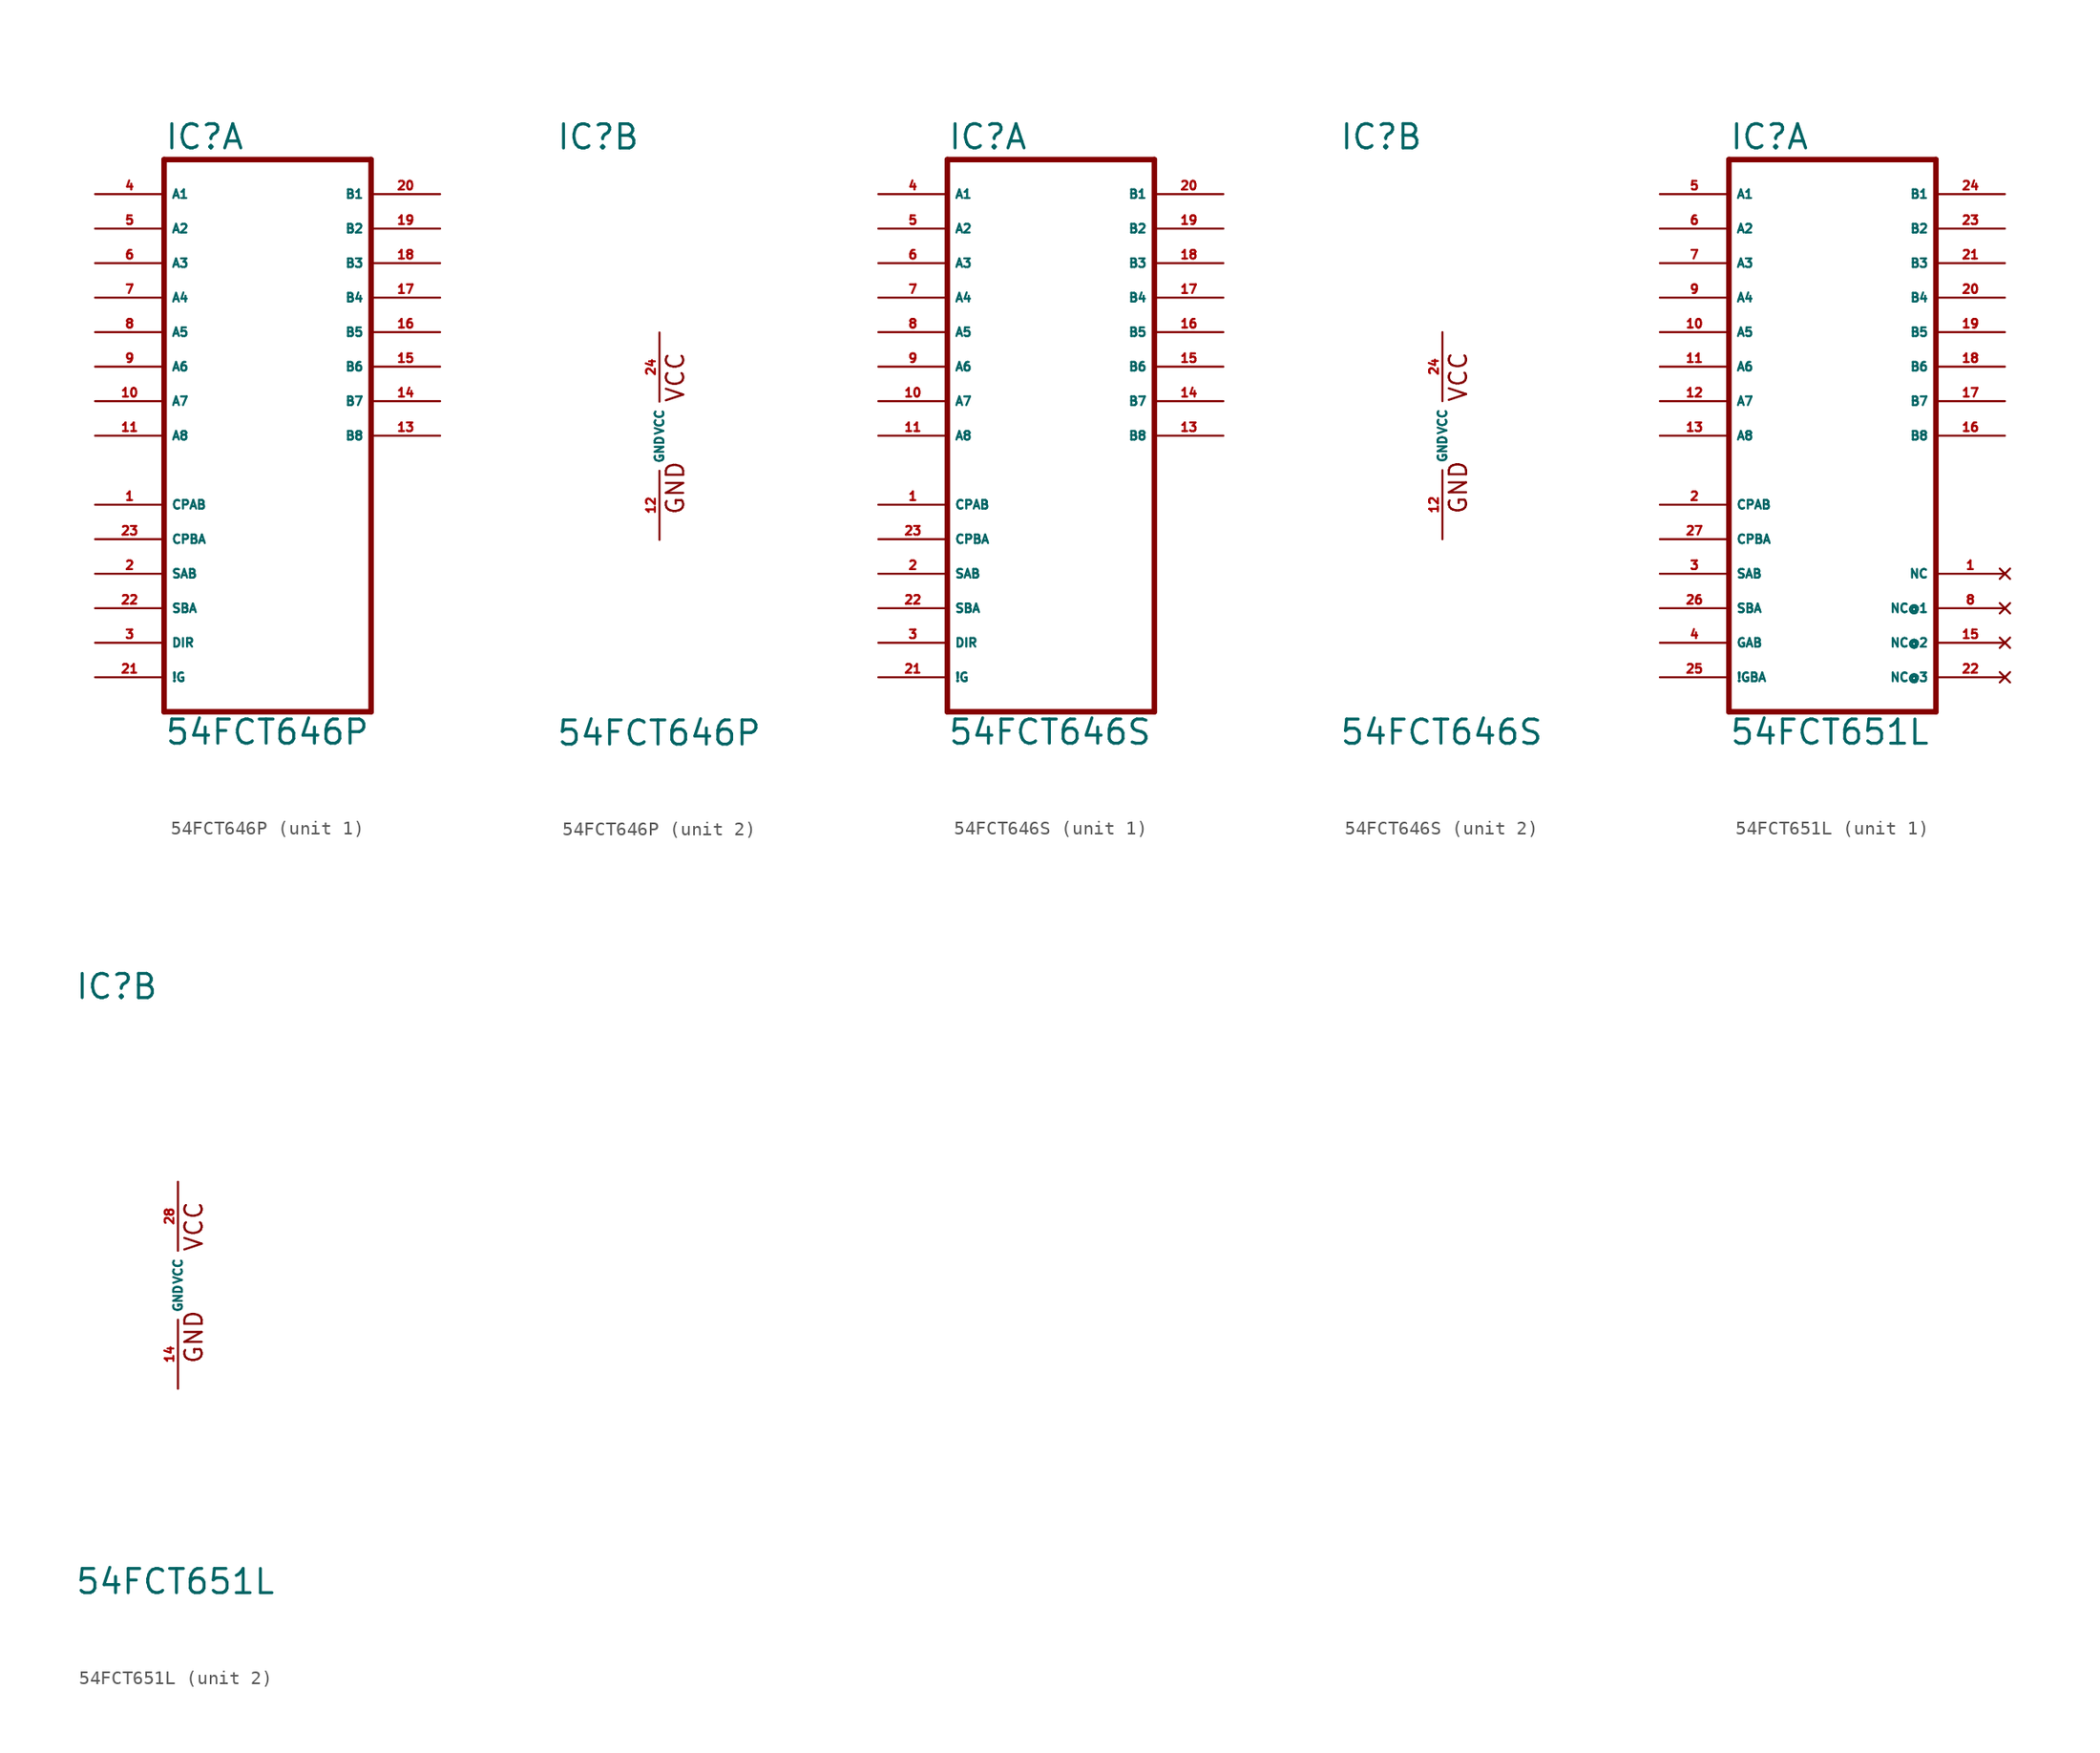
<source format=kicad_sym>
(kicad_symbol_lib
  (version 20220914)
  (generator Eagle2Kicad)
  (symbol "54FCT646P"
    (property "Reference" "IC"
      (at -7.62 20.955 0)
      (effects (font (size 1.778 1.778) (thickness 0.22)) (justify left bottom)))
    (property "Value" "54FCT646P"
      (at -7.62 -22.86 0)
      (effects (font (size 1.778 1.778) (thickness 0.22)) (justify left bottom)))
    (symbol "54FCT646P_1_0"
      (polyline (pts (xy -7.62 -20.32) (xy 7.62 -20.32)) (stroke (width 0.406) (type default)) (fill (type none)))
      (polyline (pts (xy 7.62 -20.32) (xy 7.62 20.32)) (stroke (width 0.406) (type default)) (fill (type none)))
      (polyline (pts (xy 7.62 20.32) (xy -7.62 20.32)) (stroke (width 0.406) (type default)) (fill (type none)))
      (polyline (pts (xy -7.62 20.32) (xy -7.62 -20.32)) (stroke (width 0.406) (type default)) (fill (type none)))
      (pin bidirectional line (at -12.7 17.78 0) (length 5.08) (name "A1" (effects (font (size 0.635 0.635) (thickness 0.08)) (justify left bottom))) (number "4" (effects (font (size 0.635 0.635) (thickness 0.08)) (justify left bottom))))
      (pin bidirectional line (at -12.7 15.24 0) (length 5.08) (name "A2" (effects (font (size 0.635 0.635) (thickness 0.08)) (justify left bottom))) (number "5" (effects (font (size 0.635 0.635) (thickness 0.08)) (justify left bottom))))
      (pin bidirectional line (at -12.7 12.7 0) (length 5.08) (name "A3" (effects (font (size 0.635 0.635) (thickness 0.08)) (justify left bottom))) (number "6" (effects (font (size 0.635 0.635) (thickness 0.08)) (justify left bottom))))
      (pin bidirectional line (at -12.7 10.16 0) (length 5.08) (name "A4" (effects (font (size 0.635 0.635) (thickness 0.08)) (justify left bottom))) (number "7" (effects (font (size 0.635 0.635) (thickness 0.08)) (justify left bottom))))
      (pin bidirectional line (at -12.7 7.62 0) (length 5.08) (name "A5" (effects (font (size 0.635 0.635) (thickness 0.08)) (justify left bottom))) (number "8" (effects (font (size 0.635 0.635) (thickness 0.08)) (justify left bottom))))
      (pin bidirectional line (at -12.7 5.08 0) (length 5.08) (name "A6" (effects (font (size 0.635 0.635) (thickness 0.08)) (justify left bottom))) (number "9" (effects (font (size 0.635 0.635) (thickness 0.08)) (justify left bottom))))
      (pin bidirectional line (at -12.7 2.54 0) (length 5.08) (name "A7" (effects (font (size 0.635 0.635) (thickness 0.08)) (justify left bottom))) (number "10" (effects (font (size 0.635 0.635) (thickness 0.08)) (justify left bottom))))
      (pin bidirectional line (at -12.7 0 0) (length 5.08) (name "A8" (effects (font (size 0.635 0.635) (thickness 0.08)) (justify left bottom))) (number "11" (effects (font (size 0.635 0.635) (thickness 0.08)) (justify left bottom))))
      (pin bidirectional line (at 12.7 0 180) (length 5.08) (name "B8" (effects (font (size 0.635 0.635) (thickness 0.08)) (justify left bottom))) (number "13" (effects (font (size 0.635 0.635) (thickness 0.08)) (justify left bottom))))
      (pin bidirectional line (at 12.7 17.78 180) (length 5.08) (name "B1" (effects (font (size 0.635 0.635) (thickness 0.08)) (justify left bottom))) (number "20" (effects (font (size 0.635 0.635) (thickness 0.08)) (justify left bottom))))
      (pin bidirectional line (at 12.7 15.24 180) (length 5.08) (name "B2" (effects (font (size 0.635 0.635) (thickness 0.08)) (justify left bottom))) (number "19" (effects (font (size 0.635 0.635) (thickness 0.08)) (justify left bottom))))
      (pin bidirectional line (at 12.7 12.7 180) (length 5.08) (name "B3" (effects (font (size 0.635 0.635) (thickness 0.08)) (justify left bottom))) (number "18" (effects (font (size 0.635 0.635) (thickness 0.08)) (justify left bottom))))
      (pin bidirectional line (at 12.7 10.16 180) (length 5.08) (name "B4" (effects (font (size 0.635 0.635) (thickness 0.08)) (justify left bottom))) (number "17" (effects (font (size 0.635 0.635) (thickness 0.08)) (justify left bottom))))
      (pin bidirectional line (at 12.7 7.62 180) (length 5.08) (name "B5" (effects (font (size 0.635 0.635) (thickness 0.08)) (justify left bottom))) (number "16" (effects (font (size 0.635 0.635) (thickness 0.08)) (justify left bottom))))
      (pin bidirectional line (at 12.7 5.08 180) (length 5.08) (name "B6" (effects (font (size 0.635 0.635) (thickness 0.08)) (justify left bottom))) (number "15" (effects (font (size 0.635 0.635) (thickness 0.08)) (justify left bottom))))
      (pin bidirectional line (at 12.7 2.54 180) (length 5.08) (name "B7" (effects (font (size 0.635 0.635) (thickness 0.08)) (justify left bottom))) (number "14" (effects (font (size 0.635 0.635) (thickness 0.08)) (justify left bottom))))
      (pin input line (at -12.7 -5.08 0) (length 5.08) (name "CPAB" (effects (font (size 0.635 0.635) (thickness 0.08)) (justify left bottom))) (number "1" (effects (font (size 0.635 0.635) (thickness 0.08)) (justify left bottom))))
      (pin input line (at -12.7 -7.62 0) (length 5.08) (name "CPBA" (effects (font (size 0.635 0.635) (thickness 0.08)) (justify left bottom))) (number "23" (effects (font (size 0.635 0.635) (thickness 0.08)) (justify left bottom))))
      (pin input line (at -12.7 -10.16 0) (length 5.08) (name "SAB" (effects (font (size 0.635 0.635) (thickness 0.08)) (justify left bottom))) (number "2" (effects (font (size 0.635 0.635) (thickness 0.08)) (justify left bottom))))
      (pin input line (at -12.7 -12.7 0) (length 5.08) (name "SBA" (effects (font (size 0.635 0.635) (thickness 0.08)) (justify left bottom))) (number "22" (effects (font (size 0.635 0.635) (thickness 0.08)) (justify left bottom))))
      (pin input line (at -12.7 -15.24 0) (length 5.08) (name "DIR" (effects (font (size 0.635 0.635) (thickness 0.08)) (justify left bottom))) (number "3" (effects (font (size 0.635 0.635) (thickness 0.08)) (justify left bottom))))
      (pin input line (at -12.7 -17.78 0) (length 5.08) (name "!G" (effects (font (size 0.635 0.635) (thickness 0.08)) (justify left bottom))) (number "21" (effects (font (size 0.635 0.635) (thickness 0.08)) (justify left bottom)))))
    (symbol "54FCT646P_2_0"
      (text "GND" (at 1.905 -5.842 900) (effects (font (size 1.27 1.27) (thickness 0.16)) (justify left bottom)))
      (text "VCC" (at 1.905 2.413 900) (effects (font (size 1.27 1.27) (thickness 0.16)) (justify left bottom)))
      (pin unspecified line (at 0 7.62 270) (length 5.08) (name "VCC" (effects (font (size 0.635 0.635) (thickness 0.08)) (justify left bottom))) (number "24" (effects (font (size 0.635 0.635) (thickness 0.08)) (justify left bottom))))
      (pin unspecified line (at 0 -7.62 90) (length 5.08) (name "GND" (effects (font (size 0.635 0.635) (thickness 0.08)) (justify left bottom))) (number "12" (effects (font (size 0.635 0.635) (thickness 0.08)) (justify left bottom))))))
  (symbol "54FCT646S"
    (property "Reference" "IC"
      (at -7.62 20.955 0)
      (effects (font (size 1.778 1.778) (thickness 0.22)) (justify left bottom)))
    (property "Value" "54FCT646S"
      (at -7.62 -22.86 0)
      (effects (font (size 1.778 1.778) (thickness 0.22)) (justify left bottom)))
    (symbol "54FCT646S_1_0"
      (polyline (pts (xy -7.62 -20.32) (xy 7.62 -20.32)) (stroke (width 0.406) (type default)) (fill (type none)))
      (polyline (pts (xy 7.62 -20.32) (xy 7.62 20.32)) (stroke (width 0.406) (type default)) (fill (type none)))
      (polyline (pts (xy 7.62 20.32) (xy -7.62 20.32)) (stroke (width 0.406) (type default)) (fill (type none)))
      (polyline (pts (xy -7.62 20.32) (xy -7.62 -20.32)) (stroke (width 0.406) (type default)) (fill (type none)))
      (pin bidirectional line (at -12.7 17.78 0) (length 5.08) (name "A1" (effects (font (size 0.635 0.635) (thickness 0.08)) (justify left bottom))) (number "4" (effects (font (size 0.635 0.635) (thickness 0.08)) (justify left bottom))))
      (pin bidirectional line (at -12.7 15.24 0) (length 5.08) (name "A2" (effects (font (size 0.635 0.635) (thickness 0.08)) (justify left bottom))) (number "5" (effects (font (size 0.635 0.635) (thickness 0.08)) (justify left bottom))))
      (pin bidirectional line (at -12.7 12.7 0) (length 5.08) (name "A3" (effects (font (size 0.635 0.635) (thickness 0.08)) (justify left bottom))) (number "6" (effects (font (size 0.635 0.635) (thickness 0.08)) (justify left bottom))))
      (pin bidirectional line (at -12.7 10.16 0) (length 5.08) (name "A4" (effects (font (size 0.635 0.635) (thickness 0.08)) (justify left bottom))) (number "7" (effects (font (size 0.635 0.635) (thickness 0.08)) (justify left bottom))))
      (pin bidirectional line (at -12.7 7.62 0) (length 5.08) (name "A5" (effects (font (size 0.635 0.635) (thickness 0.08)) (justify left bottom))) (number "8" (effects (font (size 0.635 0.635) (thickness 0.08)) (justify left bottom))))
      (pin bidirectional line (at -12.7 5.08 0) (length 5.08) (name "A6" (effects (font (size 0.635 0.635) (thickness 0.08)) (justify left bottom))) (number "9" (effects (font (size 0.635 0.635) (thickness 0.08)) (justify left bottom))))
      (pin bidirectional line (at -12.7 2.54 0) (length 5.08) (name "A7" (effects (font (size 0.635 0.635) (thickness 0.08)) (justify left bottom))) (number "10" (effects (font (size 0.635 0.635) (thickness 0.08)) (justify left bottom))))
      (pin bidirectional line (at -12.7 0 0) (length 5.08) (name "A8" (effects (font (size 0.635 0.635) (thickness 0.08)) (justify left bottom))) (number "11" (effects (font (size 0.635 0.635) (thickness 0.08)) (justify left bottom))))
      (pin bidirectional line (at 12.7 0 180) (length 5.08) (name "B8" (effects (font (size 0.635 0.635) (thickness 0.08)) (justify left bottom))) (number "13" (effects (font (size 0.635 0.635) (thickness 0.08)) (justify left bottom))))
      (pin bidirectional line (at 12.7 17.78 180) (length 5.08) (name "B1" (effects (font (size 0.635 0.635) (thickness 0.08)) (justify left bottom))) (number "20" (effects (font (size 0.635 0.635) (thickness 0.08)) (justify left bottom))))
      (pin bidirectional line (at 12.7 15.24 180) (length 5.08) (name "B2" (effects (font (size 0.635 0.635) (thickness 0.08)) (justify left bottom))) (number "19" (effects (font (size 0.635 0.635) (thickness 0.08)) (justify left bottom))))
      (pin bidirectional line (at 12.7 12.7 180) (length 5.08) (name "B3" (effects (font (size 0.635 0.635) (thickness 0.08)) (justify left bottom))) (number "18" (effects (font (size 0.635 0.635) (thickness 0.08)) (justify left bottom))))
      (pin bidirectional line (at 12.7 10.16 180) (length 5.08) (name "B4" (effects (font (size 0.635 0.635) (thickness 0.08)) (justify left bottom))) (number "17" (effects (font (size 0.635 0.635) (thickness 0.08)) (justify left bottom))))
      (pin bidirectional line (at 12.7 7.62 180) (length 5.08) (name "B5" (effects (font (size 0.635 0.635) (thickness 0.08)) (justify left bottom))) (number "16" (effects (font (size 0.635 0.635) (thickness 0.08)) (justify left bottom))))
      (pin bidirectional line (at 12.7 5.08 180) (length 5.08) (name "B6" (effects (font (size 0.635 0.635) (thickness 0.08)) (justify left bottom))) (number "15" (effects (font (size 0.635 0.635) (thickness 0.08)) (justify left bottom))))
      (pin bidirectional line (at 12.7 2.54 180) (length 5.08) (name "B7" (effects (font (size 0.635 0.635) (thickness 0.08)) (justify left bottom))) (number "14" (effects (font (size 0.635 0.635) (thickness 0.08)) (justify left bottom))))
      (pin input line (at -12.7 -5.08 0) (length 5.08) (name "CPAB" (effects (font (size 0.635 0.635) (thickness 0.08)) (justify left bottom))) (number "1" (effects (font (size 0.635 0.635) (thickness 0.08)) (justify left bottom))))
      (pin input line (at -12.7 -7.62 0) (length 5.08) (name "CPBA" (effects (font (size 0.635 0.635) (thickness 0.08)) (justify left bottom))) (number "23" (effects (font (size 0.635 0.635) (thickness 0.08)) (justify left bottom))))
      (pin input line (at -12.7 -10.16 0) (length 5.08) (name "SAB" (effects (font (size 0.635 0.635) (thickness 0.08)) (justify left bottom))) (number "2" (effects (font (size 0.635 0.635) (thickness 0.08)) (justify left bottom))))
      (pin input line (at -12.7 -12.7 0) (length 5.08) (name "SBA" (effects (font (size 0.635 0.635) (thickness 0.08)) (justify left bottom))) (number "22" (effects (font (size 0.635 0.635) (thickness 0.08)) (justify left bottom))))
      (pin input line (at -12.7 -15.24 0) (length 5.08) (name "DIR" (effects (font (size 0.635 0.635) (thickness 0.08)) (justify left bottom))) (number "3" (effects (font (size 0.635 0.635) (thickness 0.08)) (justify left bottom))))
      (pin input line (at -12.7 -17.78 0) (length 5.08) (name "!G" (effects (font (size 0.635 0.635) (thickness 0.08)) (justify left bottom))) (number "21" (effects (font (size 0.635 0.635) (thickness 0.08)) (justify left bottom)))))
    (symbol "54FCT646S_2_0"
      (text "GND" (at 1.905 -5.842 900) (effects (font (size 1.27 1.27) (thickness 0.16)) (justify left bottom)))
      (text "VCC" (at 1.905 2.413 900) (effects (font (size 1.27 1.27) (thickness 0.16)) (justify left bottom)))
      (pin unspecified line (at 0 7.62 270) (length 5.08) (name "VCC" (effects (font (size 0.635 0.635) (thickness 0.08)) (justify left bottom))) (number "24" (effects (font (size 0.635 0.635) (thickness 0.08)) (justify left bottom))))
      (pin unspecified line (at 0 -7.62 90) (length 5.08) (name "GND" (effects (font (size 0.635 0.635) (thickness 0.08)) (justify left bottom))) (number "12" (effects (font (size 0.635 0.635) (thickness 0.08)) (justify left bottom))))))
  (symbol "54FCT651L"
    (property "Reference" "IC"
      (at -7.62 20.955 0)
      (effects (font (size 1.778 1.778) (thickness 0.22)) (justify left bottom)))
    (property "Value" "54FCT651L"
      (at -7.62 -22.86 0)
      (effects (font (size 1.778 1.778) (thickness 0.22)) (justify left bottom)))
    (symbol "54FCT651L_1_0"
      (polyline (pts (xy -7.62 -20.32) (xy 7.62 -20.32)) (stroke (width 0.406) (type default)) (fill (type none)))
      (polyline (pts (xy 7.62 -20.32) (xy 7.62 20.32)) (stroke (width 0.406) (type default)) (fill (type none)))
      (polyline (pts (xy 7.62 20.32) (xy -7.62 20.32)) (stroke (width 0.406) (type default)) (fill (type none)))
      (polyline (pts (xy -7.62 20.32) (xy -7.62 -20.32)) (stroke (width 0.406) (type default)) (fill (type none)))
      (pin bidirectional line (at -12.7 17.78 0) (length 5.08) (name "A1" (effects (font (size 0.635 0.635) (thickness 0.08)) (justify left bottom))) (number "5" (effects (font (size 0.635 0.635) (thickness 0.08)) (justify left bottom))))
      (pin bidirectional line (at -12.7 15.24 0) (length 5.08) (name "A2" (effects (font (size 0.635 0.635) (thickness 0.08)) (justify left bottom))) (number "6" (effects (font (size 0.635 0.635) (thickness 0.08)) (justify left bottom))))
      (pin bidirectional line (at -12.7 12.7 0) (length 5.08) (name "A3" (effects (font (size 0.635 0.635) (thickness 0.08)) (justify left bottom))) (number "7" (effects (font (size 0.635 0.635) (thickness 0.08)) (justify left bottom))))
      (pin bidirectional line (at -12.7 10.16 0) (length 5.08) (name "A4" (effects (font (size 0.635 0.635) (thickness 0.08)) (justify left bottom))) (number "9" (effects (font (size 0.635 0.635) (thickness 0.08)) (justify left bottom))))
      (pin bidirectional line (at -12.7 7.62 0) (length 5.08) (name "A5" (effects (font (size 0.635 0.635) (thickness 0.08)) (justify left bottom))) (number "10" (effects (font (size 0.635 0.635) (thickness 0.08)) (justify left bottom))))
      (pin bidirectional line (at -12.7 5.08 0) (length 5.08) (name "A6" (effects (font (size 0.635 0.635) (thickness 0.08)) (justify left bottom))) (number "11" (effects (font (size 0.635 0.635) (thickness 0.08)) (justify left bottom))))
      (pin bidirectional line (at -12.7 2.54 0) (length 5.08) (name "A7" (effects (font (size 0.635 0.635) (thickness 0.08)) (justify left bottom))) (number "12" (effects (font (size 0.635 0.635) (thickness 0.08)) (justify left bottom))))
      (pin bidirectional line (at -12.7 0 0) (length 5.08) (name "A8" (effects (font (size 0.635 0.635) (thickness 0.08)) (justify left bottom))) (number "13" (effects (font (size 0.635 0.635) (thickness 0.08)) (justify left bottom))))
      (pin bidirectional line (at 12.7 0 180) (length 5.08) (name "B8" (effects (font (size 0.635 0.635) (thickness 0.08)) (justify left bottom))) (number "16" (effects (font (size 0.635 0.635) (thickness 0.08)) (justify left bottom))))
      (pin bidirectional line (at 12.7 17.78 180) (length 5.08) (name "B1" (effects (font (size 0.635 0.635) (thickness 0.08)) (justify left bottom))) (number "24" (effects (font (size 0.635 0.635) (thickness 0.08)) (justify left bottom))))
      (pin bidirectional line (at 12.7 15.24 180) (length 5.08) (name "B2" (effects (font (size 0.635 0.635) (thickness 0.08)) (justify left bottom))) (number "23" (effects (font (size 0.635 0.635) (thickness 0.08)) (justify left bottom))))
      (pin bidirectional line (at 12.7 12.7 180) (length 5.08) (name "B3" (effects (font (size 0.635 0.635) (thickness 0.08)) (justify left bottom))) (number "21" (effects (font (size 0.635 0.635) (thickness 0.08)) (justify left bottom))))
      (pin bidirectional line (at 12.7 10.16 180) (length 5.08) (name "B4" (effects (font (size 0.635 0.635) (thickness 0.08)) (justify left bottom))) (number "20" (effects (font (size 0.635 0.635) (thickness 0.08)) (justify left bottom))))
      (pin bidirectional line (at 12.7 7.62 180) (length 5.08) (name "B5" (effects (font (size 0.635 0.635) (thickness 0.08)) (justify left bottom))) (number "19" (effects (font (size 0.635 0.635) (thickness 0.08)) (justify left bottom))))
      (pin bidirectional line (at 12.7 5.08 180) (length 5.08) (name "B6" (effects (font (size 0.635 0.635) (thickness 0.08)) (justify left bottom))) (number "18" (effects (font (size 0.635 0.635) (thickness 0.08)) (justify left bottom))))
      (pin bidirectional line (at 12.7 2.54 180) (length 5.08) (name "B7" (effects (font (size 0.635 0.635) (thickness 0.08)) (justify left bottom))) (number "17" (effects (font (size 0.635 0.635) (thickness 0.08)) (justify left bottom))))
      (pin input line (at -12.7 -5.08 0) (length 5.08) (name "CPAB" (effects (font (size 0.635 0.635) (thickness 0.08)) (justify left bottom))) (number "2" (effects (font (size 0.635 0.635) (thickness 0.08)) (justify left bottom))))
      (pin input line (at -12.7 -7.62 0) (length 5.08) (name "CPBA" (effects (font (size 0.635 0.635) (thickness 0.08)) (justify left bottom))) (number "27" (effects (font (size 0.635 0.635) (thickness 0.08)) (justify left bottom))))
      (pin input line (at -12.7 -10.16 0) (length 5.08) (name "SAB" (effects (font (size 0.635 0.635) (thickness 0.08)) (justify left bottom))) (number "3" (effects (font (size 0.635 0.635) (thickness 0.08)) (justify left bottom))))
      (pin input line (at -12.7 -12.7 0) (length 5.08) (name "SBA" (effects (font (size 0.635 0.635) (thickness 0.08)) (justify left bottom))) (number "26" (effects (font (size 0.635 0.635) (thickness 0.08)) (justify left bottom))))
      (pin input line (at -12.7 -15.24 0) (length 5.08) (name "GAB" (effects (font (size 0.635 0.635) (thickness 0.08)) (justify left bottom))) (number "4" (effects (font (size 0.635 0.635) (thickness 0.08)) (justify left bottom))))
      (pin input line (at -12.7 -17.78 0) (length 5.08) (name "!GBA" (effects (font (size 0.635 0.635) (thickness 0.08)) (justify left bottom))) (number "25" (effects (font (size 0.635 0.635) (thickness 0.08)) (justify left bottom))))
      (pin no_connect line (at 12.7 -17.78 180) (length 5.08) (name "NC@3" (effects (font (size 0.635 0.635) (thickness 0.08)) (justify left bottom) hide)) (number "22" (effects (font (size 0.635 0.635) (thickness 0.08)) (justify left bottom) hide)))
      (pin no_connect line (at 12.7 -15.24 180) (length 5.08) (name "NC@2" (effects (font (size 0.635 0.635) (thickness 0.08)) (justify left bottom) hide)) (number "15" (effects (font (size 0.635 0.635) (thickness 0.08)) (justify left bottom) hide)))
      (pin no_connect line (at 12.7 -12.7 180) (length 5.08) (name "NC@1" (effects (font (size 0.635 0.635) (thickness 0.08)) (justify left bottom) hide)) (number "8" (effects (font (size 0.635 0.635) (thickness 0.08)) (justify left bottom) hide)))
      (pin no_connect line (at 12.7 -10.16 180) (length 5.08) (name "NC" (effects (font (size 0.635 0.635) (thickness 0.08)) (justify left bottom) hide)) (number "1" (effects (font (size 0.635 0.635) (thickness 0.08)) (justify left bottom) hide))))
    (symbol "54FCT651L_2_0"
      (text "GND" (at 1.905 -5.842 900) (effects (font (size 1.27 1.27) (thickness 0.16)) (justify left bottom)))
      (text "VCC" (at 1.905 2.413 900) (effects (font (size 1.27 1.27) (thickness 0.16)) (justify left bottom)))
      (pin unspecified line (at 0 7.62 270) (length 5.08) (name "VCC" (effects (font (size 0.635 0.635) (thickness 0.08)) (justify left bottom))) (number "28" (effects (font (size 0.635 0.635) (thickness 0.08)) (justify left bottom))))
      (pin unspecified line (at 0 -7.62 90) (length 5.08) (name "GND" (effects (font (size 0.635 0.635) (thickness 0.08)) (justify left bottom))) (number "14" (effects (font (size 0.635 0.635) (thickness 0.08)) (justify left bottom)))))))
</source>
